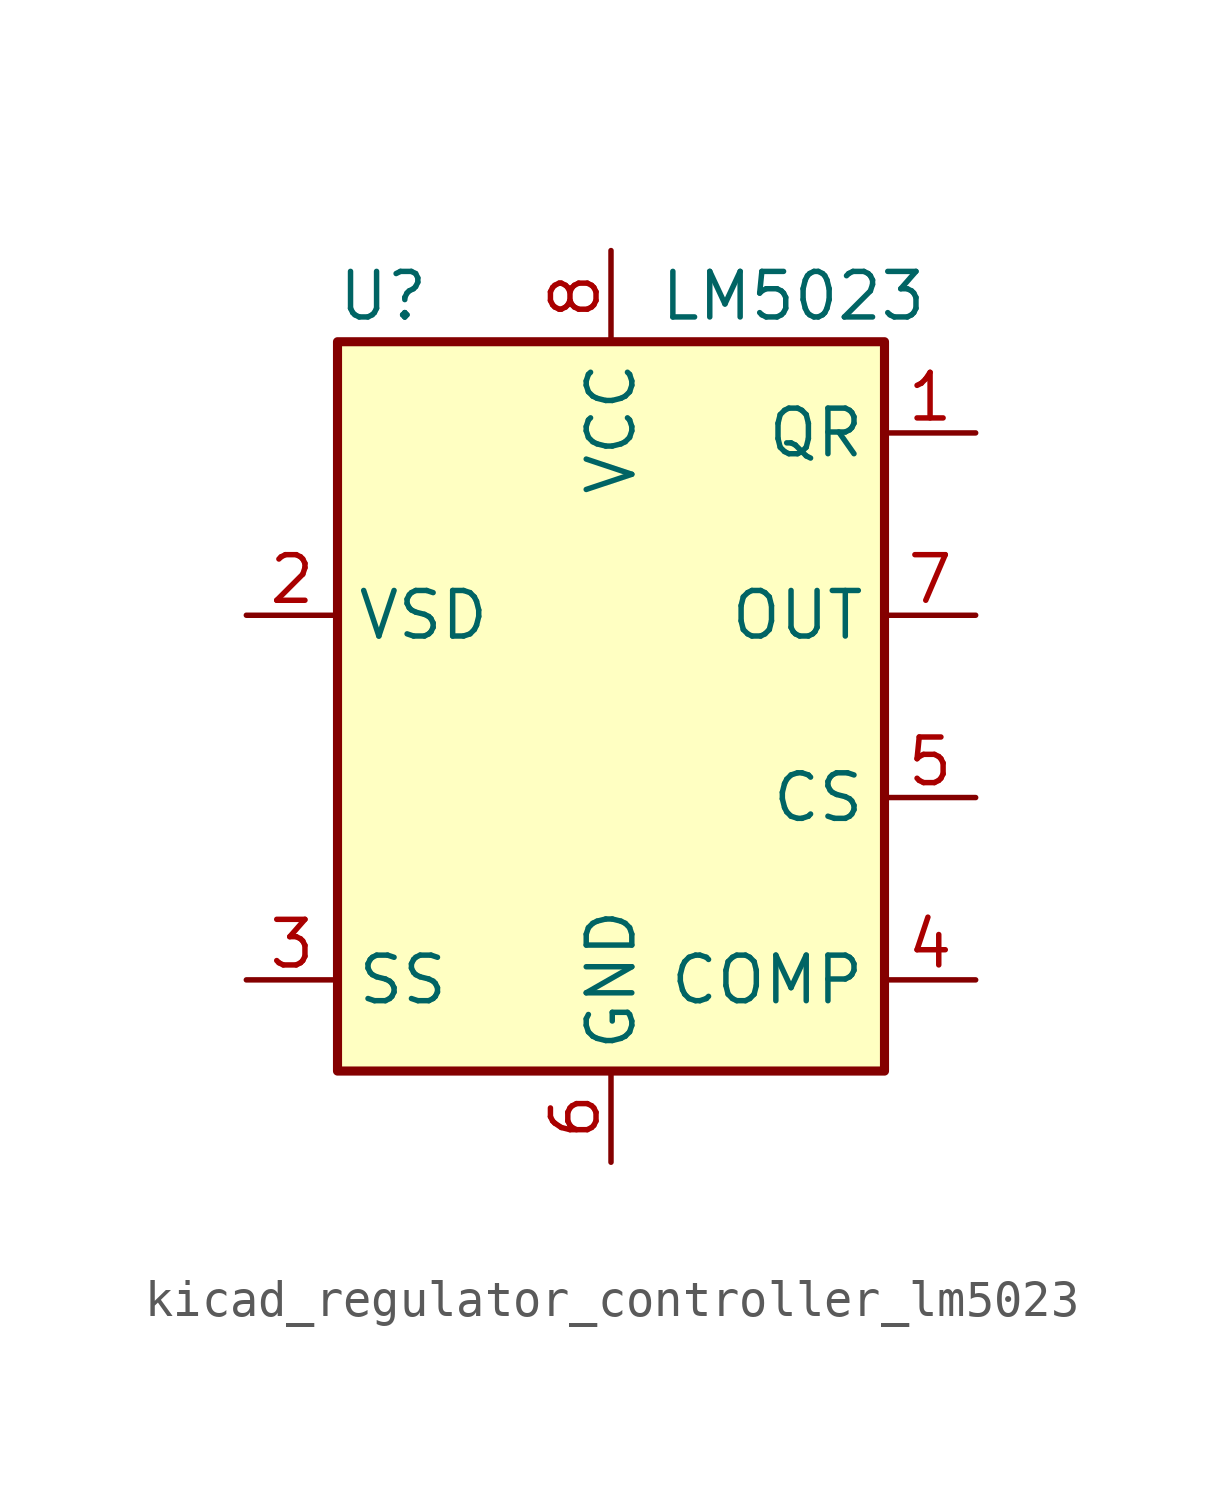
<source format=kicad_sym>
(kicad_symbol_lib
  (version 20220914)
  (generator kicad_symbol_editor)
  (symbol "kicad_regulator_controller_lm5023"
    (property "Reference" "U"
      (at -6.35 11.43 0)
      (effects (font (size 1.27 1.27))))
    (property "Value" "LM5023"
      (at 5.08 11.43 0)
      (effects (font (size 1.27 1.27))))
    (symbol "kicad_regulator_controller_lm5023_0_0"
      (pin input line (at 10.16 7.62 180) (length 2.54) (name "QR" (effects (font (size 1.27 1.27)))) (number "1" (effects (font (size 1.27 1.27)))))
      (pin output line (at -10.16 2.54 0) (length 2.54) (name "VSD" (effects (font (size 1.27 1.27)))) (number "2" (effects (font (size 1.27 1.27)))))
      (pin passive line (at -10.16 -7.62 0) (length 2.54) (name "SS" (effects (font (size 1.27 1.27)))) (number "3" (effects (font (size 1.27 1.27)))))
      (pin input line (at 10.16 -7.62 180) (length 2.54) (name "COMP" (effects (font (size 1.27 1.27)))) (number "4" (effects (font (size 1.27 1.27)))))
      (pin input line (at 10.16 -2.54 180) (length 2.54) (name "CS" (effects (font (size 1.27 1.27)))) (number "5" (effects (font (size 1.27 1.27)))))
      (pin power_in line (at 0 -12.7 90) (length 2.54) (name "GND" (effects (font (size 1.27 1.27)))) (number "6" (effects (font (size 1.27 1.27)))))
      (pin output line (at 10.16 2.54 180) (length 2.54) (name "OUT" (effects (font (size 1.27 1.27)))) (number "7" (effects (font (size 1.27 1.27)))))
      (pin power_in line (at 0 12.7 270) (length 2.54) (name "VCC" (effects (font (size 1.27 1.27)))) (number "8" (effects (font (size 1.27 1.27))))))
    (symbol "kicad_regulator_controller_lm5023_0_1"
      (rectangle (start -7.62 10.16) (end 7.62 -10.16) (stroke (width 0.254) (type default)) (fill (type background))))))
</source>
